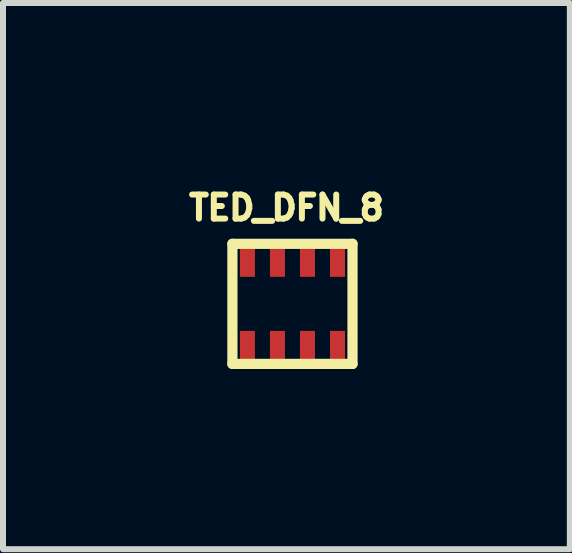
<source format=kicad_pcb>
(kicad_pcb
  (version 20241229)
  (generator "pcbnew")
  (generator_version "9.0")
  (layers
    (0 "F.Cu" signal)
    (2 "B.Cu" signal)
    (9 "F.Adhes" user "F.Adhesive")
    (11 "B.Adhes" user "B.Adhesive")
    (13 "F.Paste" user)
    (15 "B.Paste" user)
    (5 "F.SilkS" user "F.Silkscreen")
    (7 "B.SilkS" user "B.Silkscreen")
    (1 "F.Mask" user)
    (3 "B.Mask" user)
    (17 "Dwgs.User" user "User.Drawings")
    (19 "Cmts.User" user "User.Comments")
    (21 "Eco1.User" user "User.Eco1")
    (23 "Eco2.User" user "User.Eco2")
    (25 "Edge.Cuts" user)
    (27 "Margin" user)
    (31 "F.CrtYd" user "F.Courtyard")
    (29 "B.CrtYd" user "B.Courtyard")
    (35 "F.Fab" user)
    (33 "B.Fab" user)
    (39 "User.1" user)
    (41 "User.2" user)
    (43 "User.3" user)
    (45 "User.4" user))
  (footprint "TED_DFN_8"
    (layer "F.Cu")
    (at 1.82 2.01)
    (property "Reference" "TED_DFN_8" (at -0.1 -1.6 0) (layer "F.SilkS") (effects (font (size 0.4 0.4) (thickness 0.1))))
    (attr through_hole)
    (fp_line (start -1 -1) (end 1 -1) (stroke (width 0.17) (type solid)) (layer "F.SilkS"))
    (fp_line (start -1 1) (end -1 -1) (stroke (width 0.17) (type solid)) (layer "F.SilkS"))
    (fp_line (start 1 -1) (end 1 1) (stroke (width 0.17) (type solid)) (layer "F.SilkS"))
    (fp_line (start 1 1) (end -1 1) (stroke (width 0.17) (type solid)) (layer "F.SilkS"))
    (pad "1" smd rect (at -0.75 0.725) (size 0.25 0.55) (layers "F.Cu" "F.Mask" "F.Paste"))
    (pad "2" smd rect (at -0.25 0.725) (size 0.25 0.55) (layers "F.Cu" "F.Mask" "F.Paste"))
    (pad "3" smd rect (at 0.25 0.725) (size 0.25 0.55) (layers "F.Cu" "F.Mask" "F.Paste"))
    (pad "4" smd rect (at 0.75 0.725) (size 0.25 0.55) (layers "F.Cu" "F.Mask" "F.Paste"))
    (pad "5" smd rect (at 0.75 -0.725) (size 0.25 0.55) (layers "F.Cu" "F.Mask" "F.Paste"))
    (pad "6" smd rect (at 0.25 -0.725) (size 0.25 0.55) (layers "F.Cu" "F.Mask" "F.Paste"))
    (pad "7" smd rect (at -0.25 -0.725) (size 0.25 0.55) (layers "F.Cu" "F.Mask" "F.Paste"))
    (pad "8" smd rect (at -0.75 -0.725) (size 0.25 0.55) (layers "F.Cu" "F.Mask" "F.Paste")))
  (gr_rect
    (start -3 -3)
    (end 6.439 6.095)
    (stroke (width 0.1) (type default))
    (fill no)
    (layer "Edge.Cuts")))
</source>
